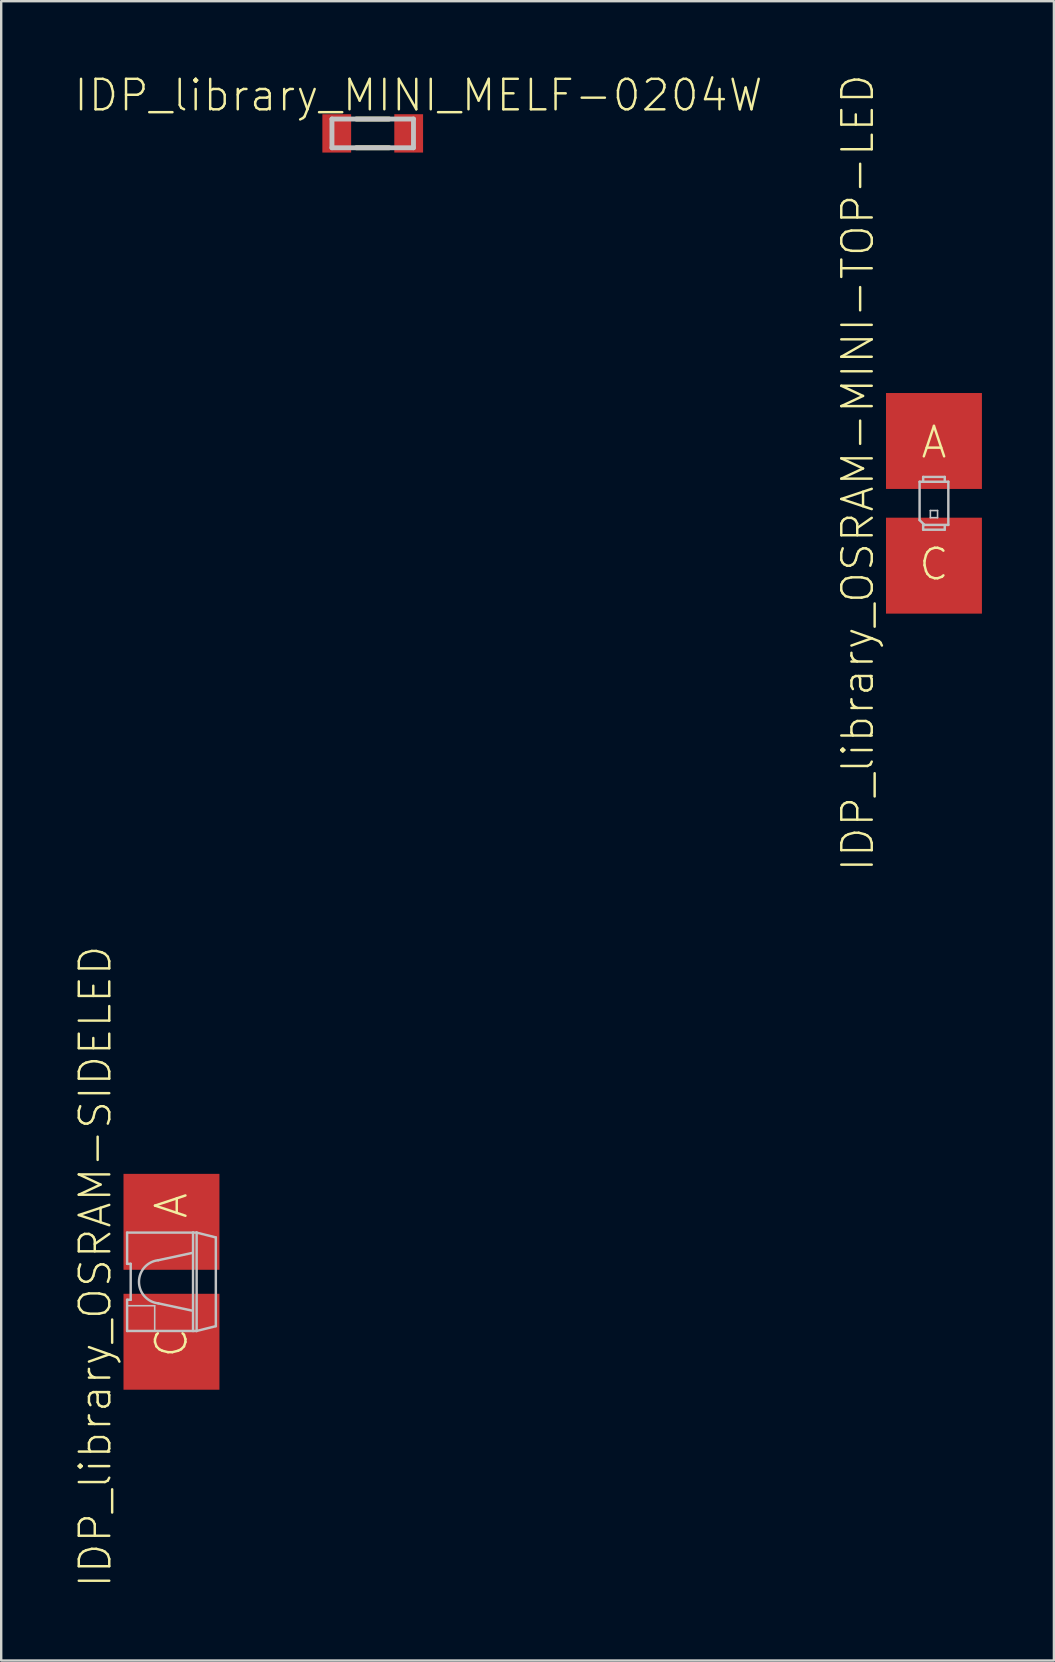
<source format=kicad_pcb>
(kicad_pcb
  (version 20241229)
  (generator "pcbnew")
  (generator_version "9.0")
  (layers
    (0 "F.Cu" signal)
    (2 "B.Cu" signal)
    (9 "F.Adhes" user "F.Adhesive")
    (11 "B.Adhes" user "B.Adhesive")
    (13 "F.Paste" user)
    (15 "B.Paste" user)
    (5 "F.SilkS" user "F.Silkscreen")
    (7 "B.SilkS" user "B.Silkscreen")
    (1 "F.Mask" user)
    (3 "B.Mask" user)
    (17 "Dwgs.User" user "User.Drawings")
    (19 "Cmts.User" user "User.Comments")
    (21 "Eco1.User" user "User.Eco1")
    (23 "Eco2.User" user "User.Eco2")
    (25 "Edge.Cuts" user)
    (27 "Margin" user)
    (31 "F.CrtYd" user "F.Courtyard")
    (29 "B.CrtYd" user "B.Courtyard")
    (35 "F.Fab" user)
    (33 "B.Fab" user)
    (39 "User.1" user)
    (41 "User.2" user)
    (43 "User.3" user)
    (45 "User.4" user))
  (footprint "IDP_library_OSRAM-SIDELED"
    (layer "F.Cu")
    (at 4.096 50.369)
    (property "Reference" "IDP_library_OSRAM-SIDELED" (at -3.175 -0.635 90) (layer "F.SilkS") (effects (font (size 1.27 1.27) (thickness 0.102))))
    (attr smd)
    (fp_line (start -2.098 -2.2) (end 2.098 -2.2) (stroke (width 0.066) (type solid)) (layer "F.Mask"))
    (fp_line (start -2.098 -0.399) (end -2.098 -2.2) (stroke (width 0.066) (type solid)) (layer "F.Mask"))
    (fp_line (start -2.098 -0.399) (end 2.098 -0.399) (stroke (width 0.066) (type solid)) (layer "F.Mask"))
    (fp_line (start -2.098 0.399) (end 2.098 0.399) (stroke (width 0.066) (type solid)) (layer "F.Mask"))
    (fp_line (start -2.098 2.2) (end -2.098 0.399) (stroke (width 0.066) (type solid)) (layer "F.Mask"))
    (fp_line (start -2.098 2.2) (end 2.098 2.2) (stroke (width 0.066) (type solid)) (layer "F.Mask"))
    (fp_line (start 2.098 -0.399) (end 2.098 -2.2) (stroke (width 0.066) (type solid)) (layer "F.Mask"))
    (fp_line (start 2.098 2.2) (end 2.098 0.399) (stroke (width 0.066) (type solid)) (layer "F.Mask"))
    (fp_line (start -1.9 -2.098) (end 1.9 -2.098) (stroke (width 0.066) (type solid)) (layer "F.Paste"))
    (fp_line (start -1.9 -0.599) (end -1.9 -2.098) (stroke (width 0.066) (type solid)) (layer "F.Paste"))
    (fp_line (start -1.9 -0.599) (end 1.9 -0.599) (stroke (width 0.066) (type solid)) (layer "F.Paste"))
    (fp_line (start -1.9 0.599) (end 1.9 0.599) (stroke (width 0.066) (type solid)) (layer "F.Paste"))
    (fp_line (start -1.9 2.098) (end -1.9 0.599) (stroke (width 0.066) (type solid)) (layer "F.Paste"))
    (fp_line (start -1.9 2.098) (end 1.9 2.098) (stroke (width 0.066) (type solid)) (layer "F.Paste"))
    (fp_line (start 1.9 -0.599) (end 1.9 -2.098) (stroke (width 0.066) (type solid)) (layer "F.Paste"))
    (fp_line (start 1.9 2.098) (end 1.9 0.599) (stroke (width 0.066) (type solid)) (layer "F.Paste"))
    (fp_line (start -1.849 -2.05) (end 0.899 -2.05) (stroke (width 0.102) (type solid)) (layer "Dwgs.User"))
    (fp_line (start -1.849 -0.749) (end -1.849 -2.05) (stroke (width 0.102) (type solid)) (layer "Dwgs.User"))
    (fp_line (start -1.849 0.749) (end -1.699 0.749) (stroke (width 0.102) (type solid)) (layer "Dwgs.User"))
    (fp_line (start -1.849 0.998) (end -0.699 0.998) (stroke (width 0.066) (type solid)) (layer "Dwgs.User"))
    (fp_line (start -1.849 2.05) (end -1.849 0.749) (stroke (width 0.102) (type solid)) (layer "Dwgs.User"))
    (fp_line (start -1.849 2.05) (end -1.849 0.998) (stroke (width 0.066) (type solid)) (layer "Dwgs.User"))
    (fp_line (start -1.849 2.05) (end -0.699 2.05) (stroke (width 0.066) (type solid)) (layer "Dwgs.User"))
    (fp_line (start -1.699 -0.749) (end -1.849 -0.749) (stroke (width 0.102) (type solid)) (layer "Dwgs.User"))
    (fp_line (start -1.699 0.749) (end -1.699 -0.749) (stroke (width 0.102) (type solid)) (layer "Dwgs.User"))
    (fp_line (start -0.699 2.05) (end -0.699 0.998) (stroke (width 0.066) (type solid)) (layer "Dwgs.User"))
    (fp_line (start -0.549 -0.899) (end 0.848 -1.199) (stroke (width 0.102) (type solid)) (layer "Dwgs.User"))
    (fp_line (start -0.549 0.899) (end 0.848 1.199) (stroke (width 0.102) (type solid)) (layer "Dwgs.User"))
    (fp_line (start 0.899 -2.05) (end 0.899 2.05) (stroke (width 0.102) (type solid)) (layer "Dwgs.User"))
    (fp_line (start 0.899 2.05) (end -1.849 2.05) (stroke (width 0.102) (type solid)) (layer "Dwgs.User"))
    (fp_line (start 0.899 2.05) (end 1.049 2.05) (stroke (width 0.102) (type solid)) (layer "Dwgs.User"))
    (fp_line (start 1.049 -2.05) (end 0.899 -2.05) (stroke (width 0.102) (type solid)) (layer "Dwgs.User"))
    (fp_line (start 1.049 -2.05) (end 1.049 2.05) (stroke (width 0.102) (type solid)) (layer "Dwgs.User"))
    (fp_line (start 1.049 2.05) (end 1.849 1.849) (stroke (width 0.102) (type solid)) (layer "Dwgs.User"))
    (fp_line (start 1.849 -1.849) (end 1.049 -2.05) (stroke (width 0.102) (type solid)) (layer "Dwgs.User"))
    (fp_line (start 1.849 1.849) (end 1.849 -1.849) (stroke (width 0.102) (type solid)) (layer "Dwgs.User"))
    (fp_arc (start -0.54864 0.89916) (mid -1.35418 0.000996) (end -0.55062 -0.89894) (stroke (width 0.1016) (type solid)) (layer "Dwgs.User"))
    (fp_text user "C" (at 0 2.54 90) (layer "F.SilkS") (effects (font (size 1.27 1.27) (thickness 0.102))))
    (fp_text user "A" (at 0 -3.175 90) (layer "F.SilkS") (effects (font (size 1.27 1.27) (thickness 0.102))))
    (pad "A" smd rect (at 0 -2.499) (size 3.998 3.998) (layers "F.Cu" "F.Mask" "F.Paste"))
    (pad "C" smd rect (at 0 2.499) (size 3.998 3.998) (layers "F.Cu" "F.Mask" "F.Paste")))
  (footprint "IDP_library_MINI_MELF-0204W"
    (layer "F.Cu")
    (at 12.483 2.509)
    (property "Reference" "IDP_library_MINI_MELF-0204W" (at 1.905 -1.587 0) (layer "F.SilkS") (effects (font (size 1.27 1.27) (thickness 0.102))))
    (attr smd)
    (fp_line (start -0.683 0.599) (end 0.683 0.599) (stroke (width 0.203) (type solid)) (layer "F.SilkS"))
    (fp_line (start 0.683 -0.599) (end -0.683 -0.599) (stroke (width 0.203) (type solid)) (layer "F.SilkS"))
    (fp_line (start -1.699 -0.599) (end -1.699 0.599) (stroke (width 0.203) (type solid)) (layer "Dwgs.User"))
    (fp_line (start -1.699 0.599) (end 1.699 0.599) (stroke (width 0.203) (type solid)) (layer "Dwgs.User"))
    (fp_line (start 1.699 -0.599) (end -1.699 -0.599) (stroke (width 0.203) (type solid)) (layer "Dwgs.User"))
    (fp_line (start 1.699 0.599) (end 1.699 -0.599) (stroke (width 0.203) (type solid)) (layer "Dwgs.User"))
    (pad "1" smd rect (at -1.499 0) (size 1.199 1.598) (layers "F.Cu" "F.Mask" "F.Paste"))
    (pad "2" smd rect (at 1.499 0) (size 1.199 1.598) (layers "F.Cu" "F.Mask" "F.Paste")))
  (footprint "IDP_library_OSRAM-MINI-TOP-LED"
    (layer "F.Cu")
    (at 35.873 17.926)
    (property "Reference" "IDP_library_OSRAM-MINI-TOP-LED" (at -3.175 -1.27 90) (layer "F.SilkS") (effects (font (size 1.27 1.27) (thickness 0.102))))
    (attr smd)
    (fp_line (start -0.498 -1.4) (end 0.498 -1.4) (stroke (width 0.066) (type solid)) (layer "F.Mask"))
    (fp_line (start -0.498 -0.599) (end -0.498 -1.4) (stroke (width 0.066) (type solid)) (layer "F.Mask"))
    (fp_line (start -0.498 -0.599) (end 0.498 -0.599) (stroke (width 0.066) (type solid)) (layer "F.Mask"))
    (fp_line (start -0.498 0.599) (end 0.498 0.599) (stroke (width 0.066) (type solid)) (layer "F.Mask"))
    (fp_line (start -0.498 1.4) (end -0.498 0.599) (stroke (width 0.066) (type solid)) (layer "F.Mask"))
    (fp_line (start -0.498 1.4) (end 0.498 1.4) (stroke (width 0.066) (type solid)) (layer "F.Mask"))
    (fp_line (start 0.498 -0.599) (end 0.498 -1.4) (stroke (width 0.066) (type solid)) (layer "F.Mask"))
    (fp_line (start 0.498 1.4) (end 0.498 0.599) (stroke (width 0.066) (type solid)) (layer "F.Mask"))
    (fp_line (start -0.45 -1.349) (end 0.45 -1.349) (stroke (width 0.066) (type solid)) (layer "F.Paste"))
    (fp_line (start -0.45 -0.648) (end -0.45 -1.349) (stroke (width 0.066) (type solid)) (layer "F.Paste"))
    (fp_line (start -0.45 -0.648) (end 0.45 -0.648) (stroke (width 0.066) (type solid)) (layer "F.Paste"))
    (fp_line (start -0.45 0.648) (end 0.45 0.648) (stroke (width 0.066) (type solid)) (layer "F.Paste"))
    (fp_line (start -0.45 1.349) (end -0.45 0.648) (stroke (width 0.066) (type solid)) (layer "F.Paste"))
    (fp_line (start -0.45 1.349) (end 0.45 1.349) (stroke (width 0.066) (type solid)) (layer "F.Paste"))
    (fp_line (start 0.45 -0.648) (end 0.45 -1.349) (stroke (width 0.066) (type solid)) (layer "F.Paste"))
    (fp_line (start 0.45 1.349) (end 0.45 0.648) (stroke (width 0.066) (type solid)) (layer "F.Paste"))
    (fp_line (start -0.599 -0.899) (end -0.599 0.699) (stroke (width 0.102) (type solid)) (layer "Dwgs.User"))
    (fp_line (start -0.599 0.699) (end -0.399 0.899) (stroke (width 0.102) (type solid)) (layer "Dwgs.User"))
    (fp_line (start -0.45 -1.1) (end 0.45 -1.1) (stroke (width 0.102) (type solid)) (layer "Dwgs.User"))
    (fp_line (start -0.45 -0.95) (end -0.45 -1.1) (stroke (width 0.102) (type solid)) (layer "Dwgs.User"))
    (fp_line (start -0.45 0.899) (end -0.45 1.1) (stroke (width 0.102) (type solid)) (layer "Dwgs.User"))
    (fp_line (start -0.45 0.899) (end -0.399 0.899) (stroke (width 0.102) (type solid)) (layer "Dwgs.User"))
    (fp_line (start -0.45 1.1) (end 0.45 1.1) (stroke (width 0.102) (type solid)) (layer "Dwgs.User"))
    (fp_line (start -0.399 0.899) (end 0.599 0.899) (stroke (width 0.102) (type solid)) (layer "Dwgs.User"))
    (fp_line (start -0.15 0.3) (end 0.15 0.3) (stroke (width 0.066) (type solid)) (layer "Dwgs.User"))
    (fp_line (start -0.15 0.599) (end -0.15 0.3) (stroke (width 0.066) (type solid)) (layer "Dwgs.User"))
    (fp_line (start -0.15 0.599) (end 0.15 0.599) (stroke (width 0.066) (type solid)) (layer "Dwgs.User"))
    (fp_line (start 0.15 0.599) (end 0.15 0.3) (stroke (width 0.066) (type solid)) (layer "Dwgs.User"))
    (fp_line (start 0.45 -1.1) (end 0.45 -0.95) (stroke (width 0.102) (type solid)) (layer "Dwgs.User"))
    (fp_line (start 0.45 1.1) (end 0.45 0.95) (stroke (width 0.102) (type solid)) (layer "Dwgs.User"))
    (fp_line (start 0.599 -0.899) (end -0.599 -0.899) (stroke (width 0.102) (type solid)) (layer "Dwgs.User"))
    (fp_line (start 0.599 0.899) (end 0.599 -0.899) (stroke (width 0.102) (type solid)) (layer "Dwgs.User"))
    (fp_text user "A" (at 0 -2.54 0) (layer "F.SilkS") (effects (font (size 1.27 1.27) (thickness 0.102))))
    (fp_text user "C" (at 0 2.54 0) (layer "F.SilkS") (effects (font (size 1.27 1.27) (thickness 0.102))))
    (pad "A" smd rect (at 0 -2.598) (size 3.998 3.998) (layers "F.Cu" "F.Mask" "F.Paste"))
    (pad "C" smd rect (at 0 2.598) (size 3.998 3.998) (layers "F.Cu" "F.Mask" "F.Paste")))
  (gr_rect
    (start -3 -3)
    (end 40.872 66.154)
    (stroke (width 0.1) (type default))
    (fill no)
    (layer "Edge.Cuts")))
</source>
